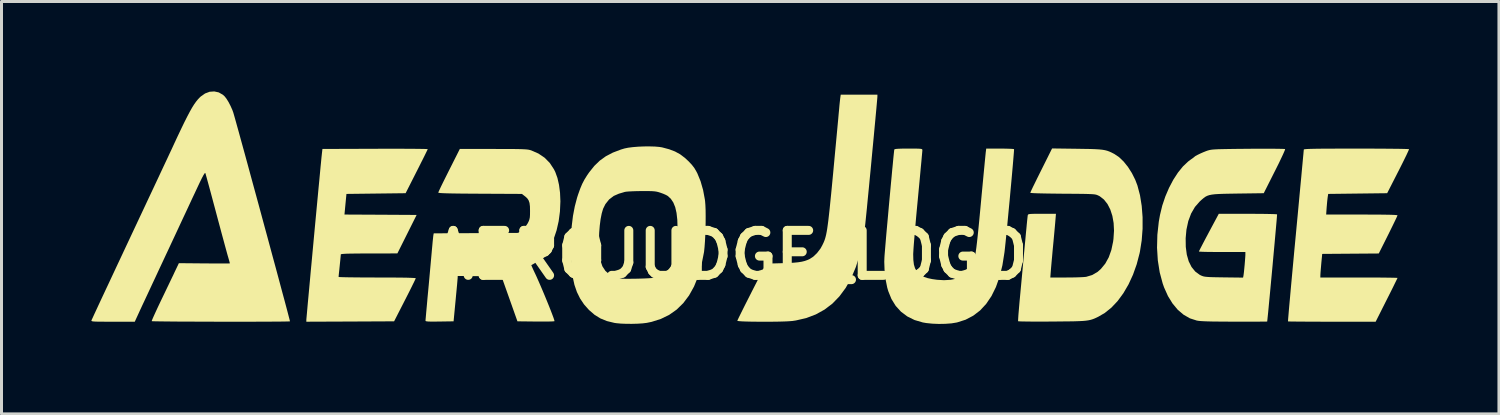
<source format=kicad_pcb>
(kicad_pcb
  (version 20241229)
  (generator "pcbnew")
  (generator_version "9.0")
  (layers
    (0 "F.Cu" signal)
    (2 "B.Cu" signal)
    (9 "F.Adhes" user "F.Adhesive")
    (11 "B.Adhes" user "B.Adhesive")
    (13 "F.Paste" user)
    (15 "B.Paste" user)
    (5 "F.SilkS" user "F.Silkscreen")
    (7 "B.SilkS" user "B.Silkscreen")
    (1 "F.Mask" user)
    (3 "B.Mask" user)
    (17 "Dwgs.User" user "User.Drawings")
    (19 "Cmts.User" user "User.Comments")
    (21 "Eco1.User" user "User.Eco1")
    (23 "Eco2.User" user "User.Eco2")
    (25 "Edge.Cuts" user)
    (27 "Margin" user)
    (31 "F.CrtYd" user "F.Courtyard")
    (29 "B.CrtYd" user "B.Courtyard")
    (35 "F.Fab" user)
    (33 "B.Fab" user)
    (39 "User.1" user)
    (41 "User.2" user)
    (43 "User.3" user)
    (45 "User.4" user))
  (footprint "AEROJUDGE_LOGO"
    (layer "F.Cu")
    (at 21.319 5.457)
    (property "Reference" "AEROJUDGE_LOGO" (at 0 0 0) (layer "F.SilkS") (effects (font (size 1.5 1.5) (thickness 0.3))))
    (attr board_only exclude_from_pos_files exclude_from_bom allow_missing_courtyard)
    (fp_poly (pts (xy -11.032 -3.545) (xy -10.798 -3.544) (xy -10.591 -3.543) (xy -10.415 -3.541) (xy -10.275 -3.539) (xy -10.173 -3.537) (xy -10.114 -3.534) (xy -10.101 -3.531) (xy -10.112 -3.505) (xy -10.144 -3.44) (xy -10.192 -3.341) (xy -10.255 -3.214) (xy -10.331 -3.064) (xy -10.415 -2.896) (xy -10.47 -2.788) (xy -10.838 -2.062) (xy -11.825 -2.05) (xy -12.812 -2.038) (xy -12.829 -1.863) (xy -12.841 -1.739) (xy -12.854 -1.604) (xy -12.862 -1.519) (xy -12.878 -1.35) (xy -11.675 -1.344) (xy -10.471 -1.337) (xy -10.792 -0.695) (xy -11.113 -0.053) (xy -12.056 -0.052) (xy -12.309 -0.051) (xy -12.516 -0.049) (xy -12.68 -0.047) (xy -12.806 -0.044) (xy -12.897 -0.039) (xy -12.957 -0.034) (xy -12.99 -0.027) (xy -13.001 -0.019) (xy -13.003 0.016) (xy -13.01 0.091) (xy -13.02 0.196) (xy -13.033 0.321) (xy -13.037 0.362) (xy -13.05 0.49) (xy -13.062 0.599) (xy -13.07 0.681) (xy -13.074 0.726) (xy -13.074 0.731) (xy -13.05 0.735) (xy -12.981 0.738) (xy -12.871 0.741) (xy -12.725 0.744) (xy -12.547 0.746) (xy -12.343 0.748) (xy -12.117 0.749) (xy -11.873 0.75) (xy -11.787 0.75) (xy -11.469 0.75) (xy -11.193 0.752) (xy -10.962 0.754) (xy -10.777 0.757) (xy -10.638 0.762) (xy -10.546 0.767) (xy -10.503 0.772) (xy -10.5 0.775) (xy -10.511 0.802) (xy -10.542 0.869) (xy -10.591 0.969) (xy -10.654 1.097) (xy -10.729 1.247) (xy -10.814 1.414) (xy -10.861 1.506) (xy -11.222 2.212) (xy -12.686 2.219) (xy -14.15 2.225) (xy -14.15 2.168) (xy -14.148 2.135) (xy -14.141 2.057) (xy -14.13 1.937) (xy -14.116 1.779) (xy -14.099 1.587) (xy -14.078 1.364) (xy -14.055 1.116) (xy -14.03 0.845) (xy -14.004 0.555) (xy -13.975 0.251) (xy -13.946 -0.063) (xy -13.916 -0.384) (xy -13.886 -0.708) (xy -13.856 -1.03) (xy -13.826 -1.348) (xy -13.797 -1.656) (xy -13.769 -1.951) (xy -13.743 -2.23) (xy -13.718 -2.487) (xy -13.696 -2.72) (xy -13.677 -2.924) (xy -13.66 -3.096) (xy -13.647 -3.231) (xy -13.637 -3.326) (xy -13.632 -3.375) (xy -13.613 -3.538) (xy -11.856 -3.544) (xy -11.565 -3.545) (xy -11.289 -3.545)) (stroke (width 0) (type solid)) (fill yes) (layer "F.SilkS"))
    (fp_poly (pts (xy 4.9 -5.293) (xy 4.898 -5.256) (xy 4.891 -5.173) (xy 4.88 -5.05) (xy 4.866 -4.891) (xy 4.848 -4.699) (xy 4.828 -4.481) (xy 4.805 -4.239) (xy 4.781 -3.979) (xy 4.755 -3.706) (xy 4.728 -3.423) (xy 4.701 -3.135) (xy 4.674 -2.847) (xy 4.646 -2.562) (xy 4.62 -2.287) (xy 4.594 -2.024) (xy 4.57 -1.78) (xy 4.549 -1.557) (xy 4.529 -1.361) (xy 4.512 -1.195) (xy 4.499 -1.066) (xy 4.489 -0.976) (xy 4.486 -0.95) (xy 4.411 -0.457) (xy 4.309 -0.006) (xy 4.181 0.402) (xy 4.026 0.769) (xy 3.844 1.094) (xy 3.635 1.377) (xy 3.4 1.62) (xy 3.136 1.821) (xy 2.845 1.982) (xy 2.527 2.103) (xy 2.18 2.183) (xy 2.067 2.2) (xy 1.982 2.207) (xy 1.864 2.214) (xy 1.719 2.219) (xy 1.553 2.223) (xy 1.374 2.225) (xy 1.187 2.226) (xy 1 2.226) (xy 0.819 2.224) (xy 0.65 2.222) (xy 0.501 2.218) (xy 0.378 2.213) (xy 0.288 2.206) (xy 0.236 2.199) (xy 0.227 2.194) (xy 0.239 2.165) (xy 0.271 2.097) (xy 0.321 1.995) (xy 0.387 1.862) (xy 0.466 1.703) (xy 0.556 1.525) (xy 0.655 1.33) (xy 0.708 1.225) (xy 1.188 0.287) (xy 1.712 0.273) (xy 1.933 0.266) (xy 2.112 0.256) (xy 2.258 0.242) (xy 2.377 0.223) (xy 2.478 0.198) (xy 2.57 0.165) (xy 2.625 0.141) (xy 2.758 0.057) (xy 2.886 -0.065) (xy 3 -0.214) (xy 3.057 -0.316) (xy 3.084 -0.371) (xy 3.109 -0.424) (xy 3.131 -0.478) (xy 3.152 -0.537) (xy 3.171 -0.604) (xy 3.19 -0.681) (xy 3.208 -0.773) (xy 3.226 -0.881) (xy 3.244 -1.009) (xy 3.264 -1.16) (xy 3.284 -1.337) (xy 3.307 -1.543) (xy 3.331 -1.782) (xy 3.359 -2.056) (xy 3.389 -2.368) (xy 3.423 -2.722) (xy 3.46 -3.121) (xy 3.487 -3.413) (xy 3.511 -3.664) (xy 3.534 -3.91) (xy 3.556 -4.144) (xy 3.576 -4.36) (xy 3.594 -4.551) (xy 3.608 -4.71) (xy 3.62 -4.831) (xy 3.626 -4.9) (xy 3.637 -5.023) (xy 3.649 -5.136) (xy 3.659 -5.224) (xy 3.665 -5.269) (xy 3.677 -5.35) (xy 4.289 -5.35) (xy 4.9 -5.35)) (stroke (width 0) (type solid)) (fill yes) (layer "F.SilkS"))
    (fp_poly (pts (xy 21.165 -3.55) (xy 21.441 -3.549) (xy 21.698 -3.548) (xy 21.933 -3.546) (xy 22.14 -3.544) (xy 22.317 -3.542) (xy 22.458 -3.539) (xy 22.561 -3.536) (xy 22.62 -3.533) (xy 22.634 -3.531) (xy 22.626 -3.505) (xy 22.597 -3.44) (xy 22.551 -3.341) (xy 22.489 -3.214) (xy 22.415 -3.064) (xy 22.331 -2.897) (xy 22.275 -2.787) (xy 21.905 -2.062) (xy 20.922 -2.05) (xy 19.938 -2.038) (xy 19.922 -1.938) (xy 19.913 -1.868) (xy 19.902 -1.766) (xy 19.892 -1.648) (xy 19.887 -1.594) (xy 19.87 -1.35) (xy 21.06 -1.35) (xy 21.373 -1.349) (xy 21.639 -1.348) (xy 21.858 -1.345) (xy 22.029 -1.342) (xy 22.152 -1.337) (xy 22.225 -1.331) (xy 22.25 -1.325) (xy 22.239 -1.297) (xy 22.209 -1.23) (xy 22.161 -1.13) (xy 22.1 -1.004) (xy 22.028 -0.857) (xy 21.948 -0.695) (xy 21.938 -0.675) (xy 21.625 -0.051) (xy 20.681 -0.044) (xy 19.738 -0.037) (xy 19.708 0.275) (xy 19.697 0.403) (xy 19.687 0.52) (xy 19.68 0.613) (xy 19.677 0.669) (xy 19.675 0.75) (xy 20.962 0.75) (xy 21.211 0.75) (xy 21.444 0.751) (xy 21.656 0.752) (xy 21.843 0.754) (xy 22 0.756) (xy 22.123 0.758) (xy 22.207 0.761) (xy 22.247 0.763) (xy 22.25 0.764) (xy 22.239 0.789) (xy 22.208 0.853) (xy 22.16 0.951) (xy 22.098 1.078) (xy 22.023 1.228) (xy 21.939 1.395) (xy 21.885 1.502) (xy 21.521 2.225) (xy 20.064 2.225) (xy 19.799 2.225) (xy 19.55 2.224) (xy 19.319 2.223) (xy 19.113 2.222) (xy 18.935 2.221) (xy 18.79 2.219) (xy 18.683 2.218) (xy 18.617 2.216) (xy 18.597 2.214) (xy 18.598 2.188) (xy 18.603 2.116) (xy 18.613 2) (xy 18.626 1.843) (xy 18.643 1.65) (xy 18.664 1.422) (xy 18.687 1.163) (xy 18.713 0.877) (xy 18.742 0.565) (xy 18.773 0.232) (xy 18.805 -0.119) (xy 18.84 -0.485) (xy 18.855 -0.642) (xy 18.89 -1.015) (xy 18.924 -1.374) (xy 18.956 -1.716) (xy 18.986 -2.038) (xy 19.014 -2.337) (xy 19.04 -2.609) (xy 19.062 -2.852) (xy 19.082 -3.062) (xy 19.098 -3.236) (xy 19.111 -3.372) (xy 19.119 -3.465) (xy 19.124 -3.513) (xy 19.124 -3.519) (xy 19.134 -3.525) (xy 19.164 -3.53) (xy 19.219 -3.535) (xy 19.3 -3.539) (xy 19.411 -3.542) (xy 19.554 -3.545) (xy 19.733 -3.547) (xy 19.95 -3.548) (xy 20.209 -3.549) (xy 20.511 -3.55) (xy 20.861 -3.55) (xy 20.874 -3.55)) (stroke (width 0) (type solid)) (fill yes) (layer "F.SilkS"))
    (fp_poly (pts (xy -7.64 -3.537) (xy -7.417 -3.537) (xy -7.233 -3.536) (xy -7.086 -3.534) (xy -6.968 -3.531) (xy -6.877 -3.527) (xy -6.806 -3.522) (xy -6.751 -3.516) (xy -6.708 -3.507) (xy -6.67 -3.497) (xy -6.65 -3.491) (xy -6.408 -3.385) (xy -6.202 -3.246) (xy -6.03 -3.072) (xy -5.89 -2.859) (xy -5.845 -2.768) (xy -5.774 -2.572) (xy -5.721 -2.339) (xy -5.687 -2.077) (xy -5.675 -1.796) (xy -5.675 -1.788) (xy -5.69 -1.45) (xy -5.733 -1.127) (xy -5.802 -0.824) (xy -5.895 -0.545) (xy -6.01 -0.295) (xy -6.147 -0.078) (xy -6.302 0.102) (xy -6.473 0.239) (xy -6.513 0.263) (xy -6.581 0.302) (xy -6.629 0.329) (xy -6.644 0.338) (xy -6.637 0.361) (xy -6.611 0.42) (xy -6.572 0.506) (xy -6.523 0.61) (xy -6.521 0.613) (xy -6.467 0.73) (xy -6.404 0.872) (xy -6.335 1.03) (xy -6.263 1.199) (xy -6.19 1.373) (xy -6.119 1.546) (xy -6.052 1.711) (xy -5.992 1.863) (xy -5.942 1.994) (xy -5.903 2.099) (xy -5.879 2.171) (xy -5.872 2.205) (xy -5.872 2.207) (xy -5.901 2.212) (xy -5.974 2.216) (xy -6.082 2.219) (xy -6.218 2.22) (xy -6.377 2.22) (xy -6.499 2.219) (xy -7.108 2.212) (xy -7.374 1.462) (xy -7.64 0.713) (xy -8.37 0.706) (xy -9.1 0.699) (xy -9.102 0.756) (xy -9.105 0.795) (xy -9.112 0.877) (xy -9.122 0.994) (xy -9.136 1.141) (xy -9.152 1.309) (xy -9.169 1.492) (xy -9.171 1.512) (xy -9.238 2.212) (xy -9.706 2.219) (xy -9.875 2.221) (xy -10 2.221) (xy -10.086 2.218) (xy -10.14 2.212) (xy -10.168 2.204) (xy -10.175 2.192) (xy -10.173 2.161) (xy -10.166 2.085) (xy -10.156 1.97) (xy -10.143 1.823) (xy -10.127 1.65) (xy -10.11 1.454) (xy -10.09 1.244) (xy -10.088 1.223) (xy -10.066 0.988) (xy -10.044 0.748) (xy -10.023 0.513) (xy -10.003 0.292) (xy -9.985 0.095) (xy -9.97 -0.069) (xy -9.962 -0.163) (xy -9.948 -0.311) (xy -9.936 -0.445) (xy -9.924 -0.556) (xy -9.916 -0.634) (xy -9.911 -0.668) (xy -9.9 -0.723) (xy -8.493 -0.73) (xy -7.086 -0.738) (xy -6.962 -0.827) (xy -6.85 -0.929) (xy -6.764 -1.06) (xy -6.763 -1.062) (xy -6.728 -1.133) (xy -6.707 -1.194) (xy -6.694 -1.259) (xy -6.689 -1.345) (xy -6.688 -1.464) (xy -6.688 -1.473) (xy -6.691 -1.624) (xy -6.705 -1.736) (xy -6.734 -1.821) (xy -6.78 -1.89) (xy -6.849 -1.954) (xy -6.867 -1.967) (xy -6.959 -2.038) (xy -8.354 -2.045) (xy -8.67 -2.047) (xy -8.94 -2.049) (xy -9.164 -2.052) (xy -9.348 -2.055) (xy -9.493 -2.059) (xy -9.603 -2.063) (xy -9.68 -2.068) (xy -9.727 -2.074) (xy -9.748 -2.08) (xy -9.749 -2.083) (xy -9.738 -2.111) (xy -9.707 -2.179) (xy -9.659 -2.281) (xy -9.596 -2.41) (xy -9.521 -2.561) (xy -9.437 -2.729) (xy -9.389 -2.825) (xy -9.03 -3.538) (xy -7.909 -3.538)) (stroke (width 0) (type solid)) (fill yes) (layer "F.SilkS"))
    (fp_poly (pts (xy -2.519 -3.618) (xy -2.369 -3.605) (xy -2.28 -3.59) (xy -2.047 -3.528) (xy -1.852 -3.454) (xy -1.682 -3.361) (xy -1.523 -3.241) (xy -1.399 -3.126) (xy -1.289 -3.009) (xy -1.206 -2.901) (xy -1.136 -2.781) (xy -1.105 -2.721) (xy -0.999 -2.462) (xy -0.915 -2.169) (xy -0.856 -1.854) (xy -0.848 -1.791) (xy -0.838 -1.664) (xy -0.831 -1.497) (xy -0.829 -1.302) (xy -0.83 -1.089) (xy -0.834 -0.868) (xy -0.842 -0.651) (xy -0.853 -0.446) (xy -0.866 -0.267) (xy -0.881 -0.122) (xy -0.886 -0.087) (xy -0.97 0.334) (xy -1.08 0.714) (xy -1.218 1.052) (xy -1.383 1.349) (xy -1.576 1.605) (xy -1.797 1.821) (xy -2.047 1.997) (xy -2.326 2.133) (xy -2.633 2.23) (xy -2.792 2.263) (xy -2.93 2.28) (xy -3.1 2.291) (xy -3.287 2.296) (xy -3.477 2.295) (xy -3.656 2.288) (xy -3.807 2.274) (xy -3.875 2.264) (xy -4.125 2.203) (xy -4.34 2.115) (xy -4.533 1.996) (xy -4.716 1.838) (xy -4.727 1.827) (xy -4.886 1.648) (xy -5.017 1.452) (xy -5.124 1.235) (xy -5.207 0.993) (xy -5.267 0.719) (xy -5.307 0.411) (xy -5.327 0.063) (xy -5.33 -0.163) (xy -5.323 -0.504) (xy -4.39 -0.504) (xy -4.388 -0.272) (xy -4.375 -0.057) (xy -4.351 0.129) (xy -4.338 0.188) (xy -4.274 0.376) (xy -4.174 0.529) (xy -4.038 0.648) (xy -3.863 0.736) (xy -3.844 0.743) (xy -3.788 0.761) (xy -3.733 0.775) (xy -3.674 0.785) (xy -3.599 0.79) (xy -3.502 0.793) (xy -3.373 0.793) (xy -3.203 0.791) (xy -3.175 0.791) (xy -3.013 0.787) (xy -2.862 0.782) (xy -2.73 0.775) (xy -2.629 0.768) (xy -2.567 0.76) (xy -2.562 0.759) (xy -2.418 0.712) (xy -2.277 0.646) (xy -2.157 0.57) (xy -2.093 0.513) (xy -2.001 0.397) (xy -1.927 0.258) (xy -1.869 0.093) (xy -1.825 -0.105) (xy -1.794 -0.342) (xy -1.777 -0.588) (xy -1.767 -0.903) (xy -1.775 -1.175) (xy -1.801 -1.405) (xy -1.845 -1.597) (xy -1.909 -1.753) (xy -1.992 -1.877) (xy -2.095 -1.971) (xy -2.154 -2.004) (xy -2.242 -2.043) (xy -2.339 -2.078) (xy -2.405 -2.099) (xy -2.467 -2.114) (xy -2.535 -2.124) (xy -2.618 -2.13) (xy -2.726 -2.133) (xy -2.869 -2.133) (xy -2.979 -2.133) (xy -3.132 -2.131) (xy -3.274 -2.126) (xy -3.394 -2.12) (xy -3.483 -2.112) (xy -3.529 -2.104) (xy -3.608 -2.08) (xy -3.7 -2.053) (xy -3.722 -2.047) (xy -3.898 -1.97) (xy -4.05 -1.853) (xy -4.173 -1.699) (xy -4.251 -1.542) (xy -4.296 -1.388) (xy -4.334 -1.197) (xy -4.362 -0.978) (xy -4.381 -0.743) (xy -4.39 -0.504) (xy -5.323 -0.504) (xy -5.322 -0.58) (xy -5.298 -0.956) (xy -5.256 -1.3) (xy -5.196 -1.617) (xy -5.118 -1.914) (xy -5.083 -2.022) (xy -5.014 -2.215) (xy -4.946 -2.376) (xy -4.871 -2.519) (xy -4.782 -2.662) (xy -4.715 -2.758) (xy -4.544 -2.972) (xy -4.361 -3.149) (xy -4.158 -3.295) (xy -3.926 -3.416) (xy -3.657 -3.518) (xy -3.538 -3.554) (xy -3.417 -3.579) (xy -3.261 -3.599) (xy -3.08 -3.614) (xy -2.887 -3.622) (xy -2.696 -3.623)) (stroke (width 0) (type solid)) (fill yes) (layer "F.SilkS"))
    (fp_poly (pts (xy 9.135 -3.549) (xy 9.263 -3.546) (xy 9.365 -3.542) (xy 9.433 -3.537) (xy 9.458 -3.531) (xy 9.458 -3.504) (xy 9.453 -3.431) (xy 9.444 -3.319) (xy 9.432 -3.172) (xy 9.417 -2.994) (xy 9.399 -2.791) (xy 9.379 -2.567) (xy 9.357 -2.328) (xy 9.334 -2.078) (xy 9.311 -1.822) (xy 9.286 -1.566) (xy 9.262 -1.313) (xy 9.239 -1.069) (xy 9.217 -0.839) (xy 9.196 -0.627) (xy 9.177 -0.439) (xy 9.16 -0.279) (xy 9.146 -0.152) (xy 9.138 -0.084) (xy 9.07 0.342) (xy 8.975 0.727) (xy 8.853 1.07) (xy 8.704 1.372) (xy 8.528 1.631) (xy 8.326 1.849) (xy 8.097 2.024) (xy 7.842 2.158) (xy 7.56 2.248) (xy 7.542 2.252) (xy 7.372 2.28) (xy 7.169 2.295) (xy 6.95 2.299) (xy 6.731 2.29) (xy 6.528 2.269) (xy 6.413 2.249) (xy 6.14 2.169) (xy 5.898 2.049) (xy 5.688 1.892) (xy 5.511 1.698) (xy 5.369 1.468) (xy 5.261 1.202) (xy 5.227 1.084) (xy 5.173 0.813) (xy 5.139 0.518) (xy 5.129 0.224) (xy 5.134 0.087) (xy 5.138 0.019) (xy 5.147 -0.09) (xy 5.159 -0.235) (xy 5.174 -0.412) (xy 5.191 -0.615) (xy 5.211 -0.84) (xy 5.233 -1.081) (xy 5.256 -1.334) (xy 5.279 -1.594) (xy 5.303 -1.857) (xy 5.327 -2.116) (xy 5.35 -2.367) (xy 5.373 -2.606) (xy 5.393 -2.828) (xy 5.413 -3.027) (xy 5.429 -3.199) (xy 5.443 -3.339) (xy 5.454 -3.442) (xy 5.461 -3.504) (xy 5.464 -3.519) (xy 5.48 -3.53) (xy 5.526 -3.539) (xy 5.605 -3.545) (xy 5.723 -3.549) (xy 5.884 -3.55) (xy 5.937 -3.55) (xy 6.099 -3.55) (xy 6.219 -3.549) (xy 6.301 -3.546) (xy 6.354 -3.541) (xy 6.384 -3.532) (xy 6.397 -3.52) (xy 6.4 -3.504) (xy 6.4 -3.5) (xy 6.398 -3.467) (xy 6.391 -3.388) (xy 6.38 -3.269) (xy 6.366 -3.112) (xy 6.348 -2.924) (xy 6.328 -2.707) (xy 6.306 -2.467) (xy 6.281 -2.208) (xy 6.255 -1.933) (xy 6.249 -1.869) (xy 6.222 -1.584) (xy 6.196 -1.307) (xy 6.173 -1.044) (xy 6.151 -0.799) (xy 6.133 -0.577) (xy 6.117 -0.385) (xy 6.105 -0.225) (xy 6.098 -0.105) (xy 6.094 -0.03) (xy 6.094 -0.025) (xy 6.099 0.168) (xy 6.118 0.32) (xy 6.155 0.442) (xy 6.213 0.541) (xy 6.281 0.617) (xy 6.364 0.682) (xy 6.46 0.732) (xy 6.578 0.771) (xy 6.728 0.803) (xy 6.89 0.826) (xy 7.121 0.84) (xy 7.341 0.827) (xy 7.542 0.788) (xy 7.717 0.724) (xy 7.859 0.638) (xy 7.954 0.542) (xy 7.993 0.486) (xy 8.028 0.432) (xy 8.059 0.374) (xy 8.087 0.309) (xy 8.112 0.234) (xy 8.136 0.144) (xy 8.158 0.036) (xy 8.179 -0.093) (xy 8.201 -0.249) (xy 8.223 -0.433) (xy 8.247 -0.651) (xy 8.273 -0.906) (xy 8.302 -1.201) (xy 8.334 -1.541) (xy 8.349 -1.7) (xy 8.375 -1.982) (xy 8.401 -2.253) (xy 8.425 -2.506) (xy 8.447 -2.739) (xy 8.467 -2.945) (xy 8.484 -3.122) (xy 8.498 -3.263) (xy 8.508 -3.365) (xy 8.514 -3.424) (xy 8.515 -3.431) (xy 8.53 -3.55) (xy 8.988 -3.55)) (stroke (width 0) (type solid)) (fill yes) (layer "F.SilkS"))
    (fp_poly (pts (xy 11.557 -3.544) (xy 11.801 -3.54) (xy 12.001 -3.537) (xy 12.164 -3.531) (xy 12.295 -3.523) (xy 12.402 -3.512) (xy 12.491 -3.497) (xy 12.568 -3.477) (xy 12.639 -3.451) (xy 12.712 -3.418) (xy 12.791 -3.377) (xy 12.808 -3.368) (xy 12.962 -3.264) (xy 13.115 -3.117) (xy 13.259 -2.937) (xy 13.39 -2.732) (xy 13.501 -2.51) (xy 13.574 -2.319) (xy 13.66 -1.994) (xy 13.717 -1.638) (xy 13.746 -1.262) (xy 13.746 -0.875) (xy 13.717 -0.49) (xy 13.658 -0.116) (xy 13.647 -0.062) (xy 13.55 0.308) (xy 13.426 0.657) (xy 13.277 0.98) (xy 13.106 1.273) (xy 12.916 1.532) (xy 12.708 1.753) (xy 12.485 1.933) (xy 12.27 2.058) (xy 12.198 2.093) (xy 12.133 2.122) (xy 12.071 2.145) (xy 12.007 2.164) (xy 11.935 2.179) (xy 11.85 2.191) (xy 11.747 2.2) (xy 11.621 2.206) (xy 11.466 2.211) (xy 11.278 2.214) (xy 11.05 2.216) (xy 10.779 2.219) (xy 10.734 2.219) (xy 10.501 2.221) (xy 10.284 2.221) (xy 10.088 2.221) (xy 9.917 2.219) (xy 9.778 2.217) (xy 9.674 2.215) (xy 9.611 2.211) (xy 9.593 2.208) (xy 9.593 2.179) (xy 9.597 2.106) (xy 9.604 1.997) (xy 9.616 1.856) (xy 9.63 1.691) (xy 9.646 1.509) (xy 9.652 1.45) (xy 9.671 1.245) (xy 9.694 1.002) (xy 9.719 0.734) (xy 9.745 0.453) (xy 9.771 0.17) (xy 9.796 -0.102) (xy 9.812 -0.275) (xy 9.833 -0.494) (xy 9.852 -0.699) (xy 9.87 -0.884) (xy 9.885 -1.044) (xy 9.898 -1.173) (xy 9.908 -1.264) (xy 9.914 -1.313) (xy 9.914 -1.319) (xy 9.92 -1.338) (xy 9.931 -1.353) (xy 9.955 -1.363) (xy 9.999 -1.369) (xy 10.069 -1.373) (xy 10.172 -1.375) (xy 10.316 -1.375) (xy 10.391 -1.375) (xy 10.856 -1.375) (xy 10.839 -1.169) (xy 10.832 -1.085) (xy 10.821 -0.962) (xy 10.807 -0.808) (xy 10.791 -0.634) (xy 10.774 -0.449) (xy 10.762 -0.325) (xy 10.744 -0.137) (xy 10.728 0.047) (xy 10.712 0.218) (xy 10.699 0.365) (xy 10.689 0.479) (xy 10.685 0.531) (xy 10.668 0.75) (xy 11.206 0.75) (xy 11.373 0.749) (xy 11.532 0.746) (xy 11.673 0.741) (xy 11.785 0.735) (xy 11.859 0.728) (xy 11.87 0.726) (xy 12.07 0.665) (xy 12.247 0.561) (xy 12.354 0.466) (xy 12.501 0.287) (xy 12.617 0.077) (xy 12.704 -0.166) (xy 12.763 -0.447) (xy 12.775 -0.539) (xy 12.793 -0.811) (xy 12.78 -1.068) (xy 12.738 -1.305) (xy 12.669 -1.518) (xy 12.575 -1.701) (xy 12.457 -1.85) (xy 12.318 -1.959) (xy 12.282 -1.978) (xy 12.252 -1.992) (xy 12.223 -2.004) (xy 12.19 -2.014) (xy 12.148 -2.022) (xy 12.092 -2.028) (xy 12.016 -2.032) (xy 11.917 -2.036) (xy 11.79 -2.039) (xy 11.629 -2.041) (xy 11.429 -2.043) (xy 11.186 -2.044) (xy 11.081 -2.045) (xy 10.818 -2.048) (xy 10.585 -2.051) (xy 10.387 -2.055) (xy 10.227 -2.059) (xy 10.107 -2.064) (xy 10.03 -2.07) (xy 10 -2.076) (xy 10 -2.077) (xy 10.011 -2.104) (xy 10.041 -2.17) (xy 10.089 -2.271) (xy 10.152 -2.399) (xy 10.226 -2.55) (xy 10.31 -2.719) (xy 10.364 -2.827) (xy 10.727 -3.555)) (stroke (width 0) (type solid)) (fill yes) (layer "F.SilkS"))
    (fp_poly (pts (xy 17.945 -3.546) (xy 18.126 -3.545) (xy 18.277 -3.543) (xy 18.393 -3.541) (xy 18.469 -3.538) (xy 18.5 -3.534) (xy 18.501 -3.533) (xy 18.495 -3.507) (xy 18.468 -3.441) (xy 18.424 -3.342) (xy 18.364 -3.215) (xy 18.292 -3.064) (xy 18.209 -2.897) (xy 18.154 -2.788) (xy 17.788 -2.062) (xy 16.913 -2.05) (xy 16.664 -2.046) (xy 16.46 -2.042) (xy 16.295 -2.036) (xy 16.162 -2.028) (xy 16.056 -2.015) (xy 15.971 -1.998) (xy 15.901 -1.974) (xy 15.841 -1.943) (xy 15.784 -1.902) (xy 15.725 -1.852) (xy 15.658 -1.791) (xy 15.653 -1.786) (xy 15.494 -1.605) (xy 15.366 -1.386) (xy 15.271 -1.133) (xy 15.209 -0.846) (xy 15.183 -0.562) (xy 15.187 -0.272) (xy 15.221 -0.013) (xy 15.285 0.211) (xy 15.379 0.399) (xy 15.502 0.55) (xy 15.652 0.661) (xy 15.698 0.684) (xy 15.737 0.7) (xy 15.778 0.713) (xy 15.829 0.723) (xy 15.896 0.73) (xy 15.986 0.736) (xy 16.105 0.74) (xy 16.262 0.743) (xy 16.455 0.746) (xy 17.098 0.754) (xy 17.11 0.696) (xy 17.118 0.642) (xy 17.129 0.552) (xy 17.14 0.438) (xy 17.152 0.313) (xy 17.162 0.19) (xy 17.17 0.082) (xy 17.175 0.003) (xy 17.175 -0.02) (xy 17.175 -0.1) (xy 16.4 -0.1) (xy 16.209 -0.101) (xy 16.035 -0.102) (xy 15.884 -0.104) (xy 15.762 -0.107) (xy 15.676 -0.111) (xy 15.63 -0.115) (xy 15.625 -0.117) (xy 15.636 -0.143) (xy 15.668 -0.207) (xy 15.718 -0.303) (xy 15.782 -0.427) (xy 15.858 -0.571) (xy 15.943 -0.73) (xy 15.956 -0.755) (xy 16.288 -1.375) (xy 17.255 -1.375) (xy 17.47 -1.374) (xy 17.668 -1.373) (xy 17.846 -1.371) (xy 17.996 -1.368) (xy 18.114 -1.365) (xy 18.194 -1.361) (xy 18.231 -1.357) (xy 18.232 -1.356) (xy 18.231 -1.33) (xy 18.226 -1.259) (xy 18.217 -1.148) (xy 18.204 -1.001) (xy 18.188 -0.824) (xy 18.17 -0.622) (xy 18.15 -0.398) (xy 18.128 -0.159) (xy 18.105 0.092) (xy 18.082 0.349) (xy 18.058 0.607) (xy 18.034 0.863) (xy 18.011 1.11) (xy 17.989 1.344) (xy 17.968 1.561) (xy 17.95 1.754) (xy 17.934 1.921) (xy 17.92 2.055) (xy 17.91 2.152) (xy 17.904 2.208) (xy 17.902 2.219) (xy 17.878 2.22) (xy 17.808 2.221) (xy 17.699 2.222) (xy 17.554 2.223) (xy 17.381 2.223) (xy 17.182 2.223) (xy 16.964 2.223) (xy 16.806 2.223) (xy 16.518 2.222) (xy 16.276 2.22) (xy 16.075 2.218) (xy 15.912 2.214) (xy 15.783 2.209) (xy 15.682 2.203) (xy 15.607 2.195) (xy 15.553 2.186) (xy 15.324 2.112) (xy 15.113 1.991) (xy 14.919 1.826) (xy 14.746 1.618) (xy 14.593 1.37) (xy 14.464 1.083) (xy 14.417 0.95) (xy 14.317 0.577) (xy 14.254 0.178) (xy 14.228 -0.242) (xy 14.239 -0.674) (xy 14.287 -1.112) (xy 14.327 -1.337) (xy 14.403 -1.65) (xy 14.505 -1.953) (xy 14.629 -2.242) (xy 14.77 -2.51) (xy 14.927 -2.751) (xy 15.094 -2.957) (xy 15.269 -3.122) (xy 15.348 -3.181) (xy 15.414 -3.227) (xy 15.461 -3.263) (xy 15.475 -3.276) (xy 15.509 -3.302) (xy 15.577 -3.339) (xy 15.667 -3.383) (xy 15.767 -3.427) (xy 15.864 -3.466) (xy 15.912 -3.483) (xy 15.95 -3.494) (xy 15.989 -3.504) (xy 16.036 -3.512) (xy 16.095 -3.519) (xy 16.17 -3.524) (xy 16.266 -3.529) (xy 16.388 -3.532) (xy 16.541 -3.535) (xy 16.729 -3.538) (xy 16.957 -3.541) (xy 17.229 -3.543) (xy 17.272 -3.544) (xy 17.513 -3.545) (xy 17.739 -3.546)) (stroke (width 0) (type solid)) (fill yes) (layer "F.SilkS"))
    (fp_poly (pts (xy -17.073 -5.425) (xy -16.936 -5.347) (xy -16.877 -5.294) (xy -16.814 -5.214) (xy -16.744 -5.101) (xy -16.676 -4.969) (xy -16.616 -4.833) (xy -16.586 -4.75) (xy -16.571 -4.698) (xy -16.544 -4.604) (xy -16.506 -4.469) (xy -16.459 -4.299) (xy -16.402 -4.095) (xy -16.338 -3.861) (xy -16.266 -3.6) (xy -16.188 -3.317) (xy -16.105 -3.013) (xy -16.018 -2.692) (xy -15.927 -2.358) (xy -15.833 -2.014) (xy -15.737 -1.663) (xy -15.641 -1.308) (xy -15.545 -0.953) (xy -15.449 -0.601) (xy -15.356 -0.256) (xy -15.265 0.081) (xy -15.177 0.404) (xy -15.094 0.712) (xy -15.017 1) (xy -14.946 1.265) (xy -14.881 1.504) (xy -14.825 1.714) (xy -14.778 1.892) (xy -14.741 2.034) (xy -14.714 2.137) (xy -14.699 2.197) (xy -14.696 2.213) (xy -14.723 2.215) (xy -14.796 2.217) (xy -14.909 2.219) (xy -15.06 2.221) (xy -15.244 2.222) (xy -15.457 2.223) (xy -15.693 2.224) (xy -15.95 2.225) (xy -16.222 2.225) (xy -16.506 2.225) (xy -16.798 2.225) (xy -17.092 2.225) (xy -17.385 2.224) (xy -17.672 2.223) (xy -17.95 2.222) (xy -18.213 2.221) (xy -18.458 2.22) (xy -18.68 2.218) (xy -18.876 2.216) (xy -19.04 2.214) (xy -19.169 2.212) (xy -19.258 2.21) (xy -19.304 2.207) (xy -19.308 2.206) (xy -19.301 2.18) (xy -19.274 2.114) (xy -19.23 2.015) (xy -19.172 1.888) (xy -19.103 1.739) (xy -19.024 1.573) (xy -18.995 1.512) (xy -18.905 1.325) (xy -18.815 1.137) (xy -18.729 0.958) (xy -18.651 0.795) (xy -18.586 0.66) (xy -18.539 0.559) (xy -18.537 0.555) (xy -18.402 0.272) (xy -17.551 0.28) (xy -17.35 0.281) (xy -17.167 0.282) (xy -17.005 0.283) (xy -16.873 0.282) (xy -16.774 0.282) (xy -16.715 0.28) (xy -16.7 0.279) (xy -16.707 0.253) (xy -16.724 0.189) (xy -16.75 0.098) (xy -16.774 0.016) (xy -16.795 -0.059) (xy -16.827 -0.176) (xy -16.869 -0.33) (xy -16.919 -0.515) (xy -16.976 -0.724) (xy -17.037 -0.953) (xy -17.102 -1.194) (xy -17.168 -1.442) (xy -17.173 -1.462) (xy -17.238 -1.703) (xy -17.298 -1.929) (xy -17.354 -2.137) (xy -17.404 -2.321) (xy -17.447 -2.477) (xy -17.481 -2.601) (xy -17.505 -2.687) (xy -17.518 -2.73) (xy -17.519 -2.733) (xy -17.531 -2.737) (xy -17.552 -2.712) (xy -17.586 -2.657) (xy -17.634 -2.566) (xy -17.697 -2.438) (xy -17.777 -2.269) (xy -17.817 -2.183) (xy -17.877 -2.055) (xy -17.956 -1.888) (xy -18.05 -1.686) (xy -18.157 -1.456) (xy -18.275 -1.205) (xy -18.4 -0.936) (xy -18.53 -0.657) (xy -18.663 -0.373) (xy -18.795 -0.09) (xy -18.826 -0.025) (xy -18.951 0.243) (xy -19.072 0.501) (xy -19.186 0.747) (xy -19.293 0.975) (xy -19.389 1.181) (xy -19.473 1.361) (xy -19.543 1.511) (xy -19.597 1.626) (xy -19.633 1.702) (xy -19.643 1.725) (xy -19.697 1.84) (xy -19.753 1.963) (xy -19.801 2.067) (xy -19.802 2.069) (xy -19.873 2.225) (xy -20.602 2.225) (xy -20.812 2.225) (xy -20.977 2.224) (xy -21.103 2.223) (xy -21.194 2.22) (xy -21.256 2.216) (xy -21.294 2.21) (xy -21.314 2.201) (xy -21.319 2.191) (xy -21.318 2.181) (xy -21.306 2.153) (xy -21.273 2.083) (xy -21.223 1.973) (xy -21.155 1.827) (xy -21.071 1.646) (xy -20.972 1.434) (xy -20.86 1.194) (xy -20.735 0.929) (xy -20.6 0.64) (xy -20.456 0.332) (xy -20.303 0.007) (xy -20.144 -0.333) (xy -20.024 -0.588) (xy -19.858 -0.942) (xy -19.695 -1.289) (xy -19.537 -1.625) (xy -19.386 -1.947) (xy -19.243 -2.251) (xy -19.11 -2.534) (xy -18.989 -2.793) (xy -18.88 -3.026) (xy -18.785 -3.227) (xy -18.707 -3.395) (xy -18.645 -3.526) (xy -18.603 -3.617) (xy -18.588 -3.65) (xy -18.447 -3.953) (xy -18.323 -4.214) (xy -18.215 -4.437) (xy -18.12 -4.625) (xy -18.036 -4.784) (xy -17.962 -4.915) (xy -17.894 -5.024) (xy -17.83 -5.114) (xy -17.769 -5.19) (xy -17.708 -5.254) (xy -17.672 -5.288) (xy -17.528 -5.389) (xy -17.376 -5.446) (xy -17.222 -5.457)) (stroke (width 0) (type solid)) (fill yes) (layer "F.SilkS")))
  (gr_rect
    (start -3 -3)
    (end 46.953 10.756)
    (stroke (width 0.1) (type default))
    (fill no)
    (layer "Edge.Cuts")))
</source>
